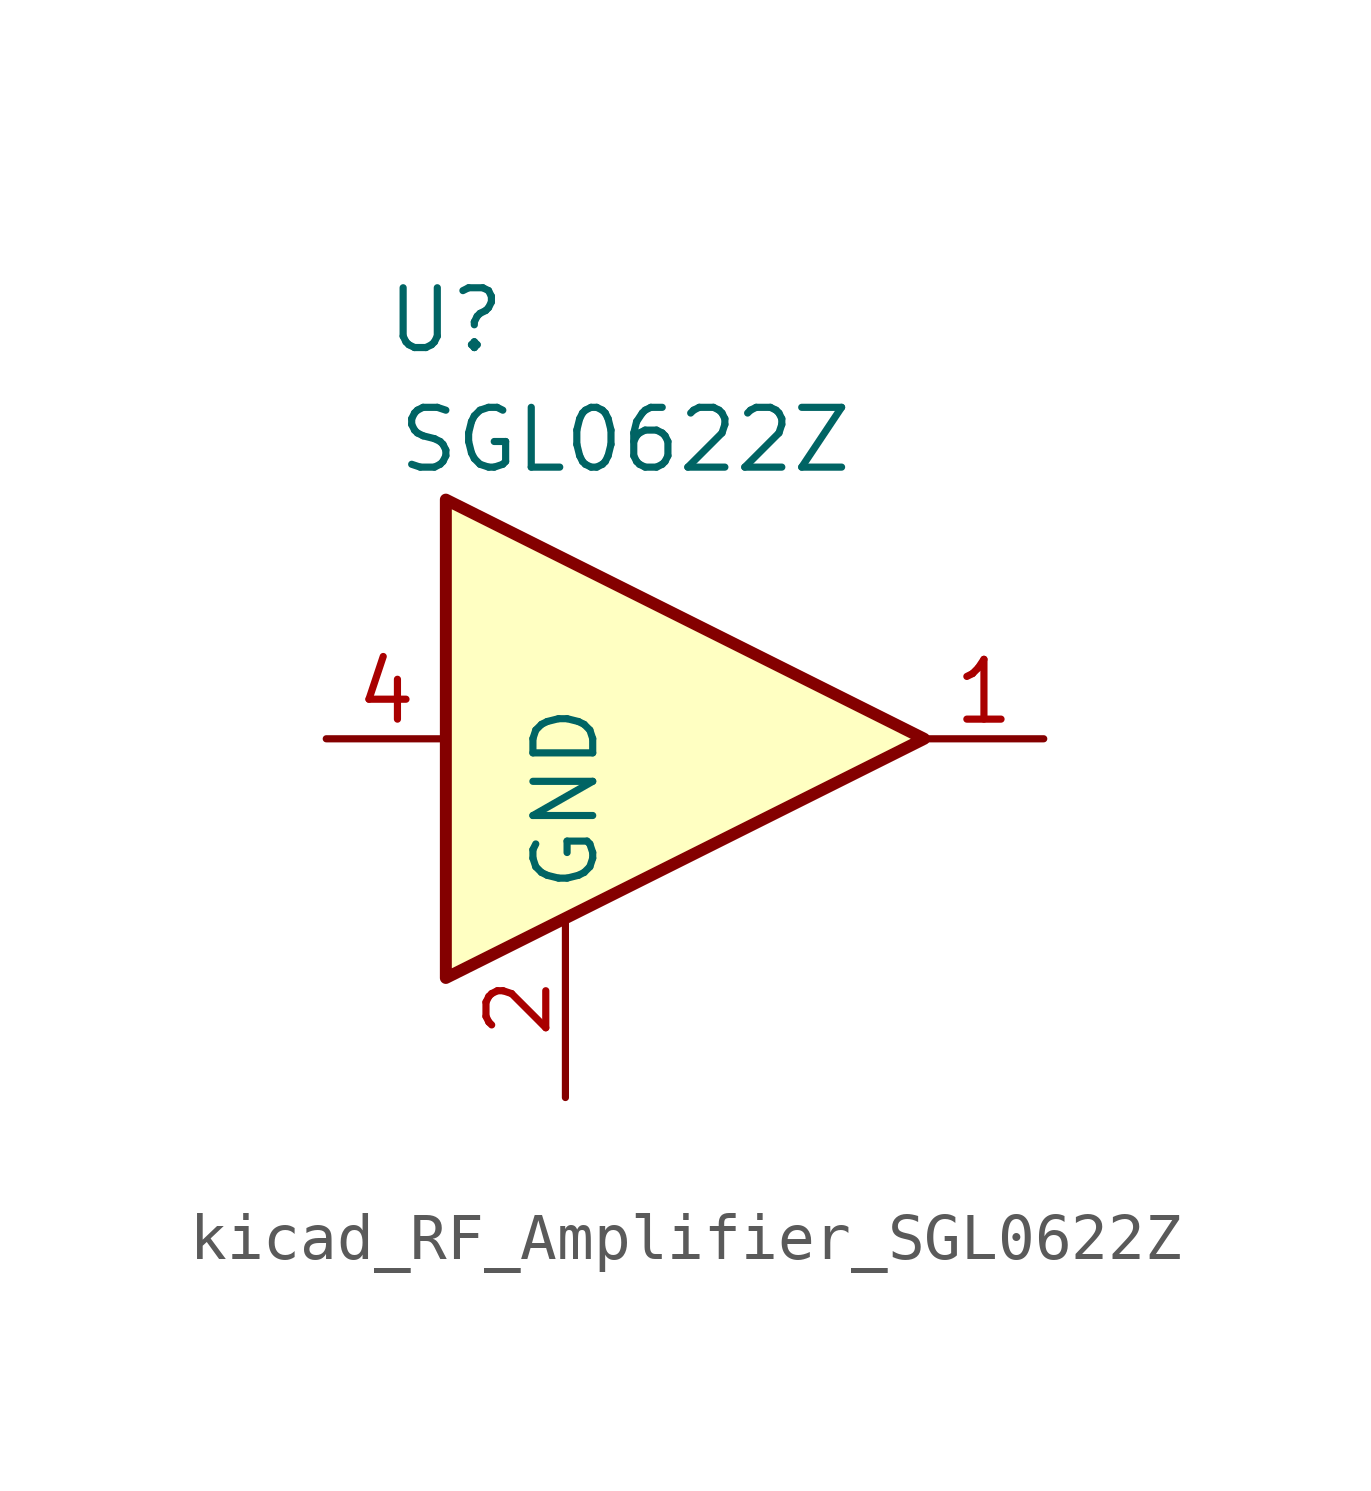
<source format=kicad_sym>
(kicad_symbol_lib
  (version 20220914)
  (generator kicad_symbol_editor)
  (symbol "kicad_RF_Amplifier_SGL0622Z"
    (property "Reference" "U"
      (at -5.08 8.89 0)
      (effects (font (size 1.27 1.27))))
    (property "Value" "SGL0622Z"
      (at -1.27 6.35 0)
      (effects (font (size 1.27 1.27))))
    (symbol "kicad_RF_Amplifier_SGL0622Z_0_0"
      (pin passive line (at -2.54 -7.62 90) (length 5.08) hide (name "GND" (effects (font (size 1.27 1.27)))) (number "9" (effects (font (size 1.27 1.27))))))
    (symbol "kicad_RF_Amplifier_SGL0622Z_1_1"
      (polyline (pts (xy 5.08 0) (xy -5.08 5.08) (xy -5.08 -5.08) (xy 5.08 0)) (stroke (width 0.254) (type default)) (fill (type background)))
      (pin output line (at 7.62 0 180) (length 2.54) (name "~" (effects (font (size 1.27 1.27)))) (number "1" (effects (font (size 1.27 1.27)))))
      (pin power_in line (at -2.54 -7.62 90) (length 3.81) (name "GND" (effects (font (size 1.27 1.27)))) (number "2" (effects (font (size 1.27 1.27)))))
      (pin passive line (at -2.54 -7.62 90) (length 2.54) hide (name "GND" (effects (font (size 1.27 1.27)))) (number "3" (effects (font (size 1.27 1.27)))))
      (pin input line (at -7.62 0 0) (length 2.54) (name "~" (effects (font (size 1.27 1.27)))) (number "4" (effects (font (size 1.27 1.27)))))
      (pin passive line (at -2.54 -7.62 90) (length 2.54) hide (name "GND" (effects (font (size 1.27 1.27)))) (number "5" (effects (font (size 1.27 1.27)))))
      (pin passive line (at -2.54 -7.62 90) (length 2.54) hide (name "GND" (effects (font (size 1.27 1.27)))) (number "6" (effects (font (size 1.27 1.27)))))
      (pin passive line (at -2.54 -7.62 90) (length 2.54) hide (name "GND" (effects (font (size 1.27 1.27)))) (number "7" (effects (font (size 1.27 1.27)))))
      (pin passive line (at -2.54 -7.62 90) (length 2.54) hide (name "GND" (effects (font (size 1.27 1.27)))) (number "8" (effects (font (size 1.27 1.27))))))))
</source>
